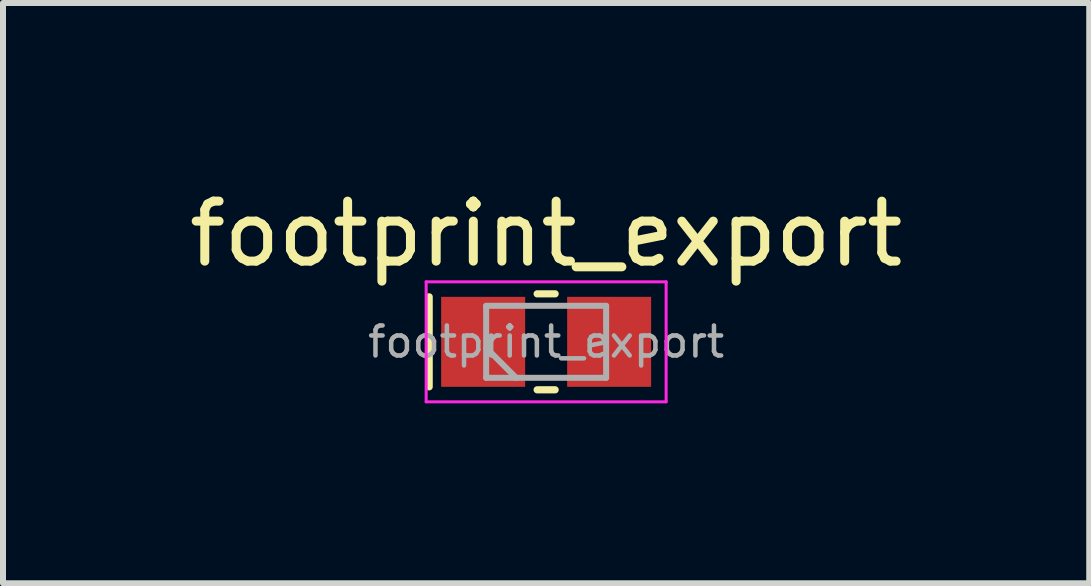
<source format=kicad_pcb>
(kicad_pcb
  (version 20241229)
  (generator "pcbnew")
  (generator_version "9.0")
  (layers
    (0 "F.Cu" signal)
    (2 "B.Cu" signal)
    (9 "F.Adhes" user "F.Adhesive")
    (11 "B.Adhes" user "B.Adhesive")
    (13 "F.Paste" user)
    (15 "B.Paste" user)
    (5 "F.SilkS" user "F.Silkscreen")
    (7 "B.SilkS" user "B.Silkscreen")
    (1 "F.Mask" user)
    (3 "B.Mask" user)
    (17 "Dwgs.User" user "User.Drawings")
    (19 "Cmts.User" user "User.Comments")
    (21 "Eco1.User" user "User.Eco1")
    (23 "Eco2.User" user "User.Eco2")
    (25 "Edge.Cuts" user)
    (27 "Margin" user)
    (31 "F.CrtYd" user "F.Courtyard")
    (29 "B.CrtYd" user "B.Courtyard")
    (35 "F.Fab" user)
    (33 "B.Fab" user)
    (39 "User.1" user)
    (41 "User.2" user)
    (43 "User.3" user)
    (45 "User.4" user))
  (footprint "footprint_export"
    (layer "F.Cu")
    (at 6.054 2.648)
    (property "Reference" "footprint_export" (at 0 -1.8 0) (layer "F.SilkS") (effects (font (size 1 1) (thickness 0.15))))
    (attr smd)
    (fp_line (start -1.95 -0.75) (end -1.95 0.75) (stroke (width 0.12) (type solid)) (layer "F.SilkS"))
    (fp_line (start -0.15 -0.8) (end 0.15 -0.8) (stroke (width 0.12) (type solid)) (layer "F.SilkS"))
    (fp_line (start -0.15 0.8) (end 0.15 0.8) (stroke (width 0.12) (type solid)) (layer "F.SilkS"))
    (fp_line (start -2 -1) (end -2 1) (stroke (width 0.05) (type solid)) (layer "F.CrtYd"))
    (fp_line (start -2 1) (end 2 1) (stroke (width 0.05) (type solid)) (layer "F.CrtYd"))
    (fp_line (start 2 -1) (end -2 -1) (stroke (width 0.05) (type solid)) (layer "F.CrtYd"))
    (fp_line (start 2 1) (end 2 -1) (stroke (width 0.05) (type solid)) (layer "F.CrtYd"))
    (fp_line (start -1 -0.6) (end -1 0.6) (stroke (width 0.1) (type solid)) (layer "F.Fab"))
    (fp_line (start -1 0.1) (end -0.5 0.6) (stroke (width 0.1) (type solid)) (layer "F.Fab"))
    (fp_line (start -1 0.6) (end 1 0.6) (stroke (width 0.1) (type solid)) (layer "F.Fab"))
    (fp_line (start 1 -0.6) (end -1 -0.6) (stroke (width 0.1) (type solid)) (layer "F.Fab"))
    (fp_line (start 1 0.6) (end 1 -0.6) (stroke (width 0.1) (type solid)) (layer "F.Fab"))
    (fp_text user "${REFERENCE}" (at 0 0 0) (layer "F.Fab") (effects (font (size 0.5 0.5) (thickness 0.075))))
    (pad "1" smd rect (at -1.05 0) (size 1.4 1.5) (layers "F.Cu" "F.Mask" "F.Paste"))
    (pad "2" smd rect (at 1.05 0) (size 1.4 1.5) (layers "F.Cu" "F.Mask" "F.Paste")))
  (gr_rect
    (start -3 -3)
    (end 15.107 6.673)
    (stroke (width 0.1) (type default))
    (fill no)
    (layer "Edge.Cuts")))
</source>
